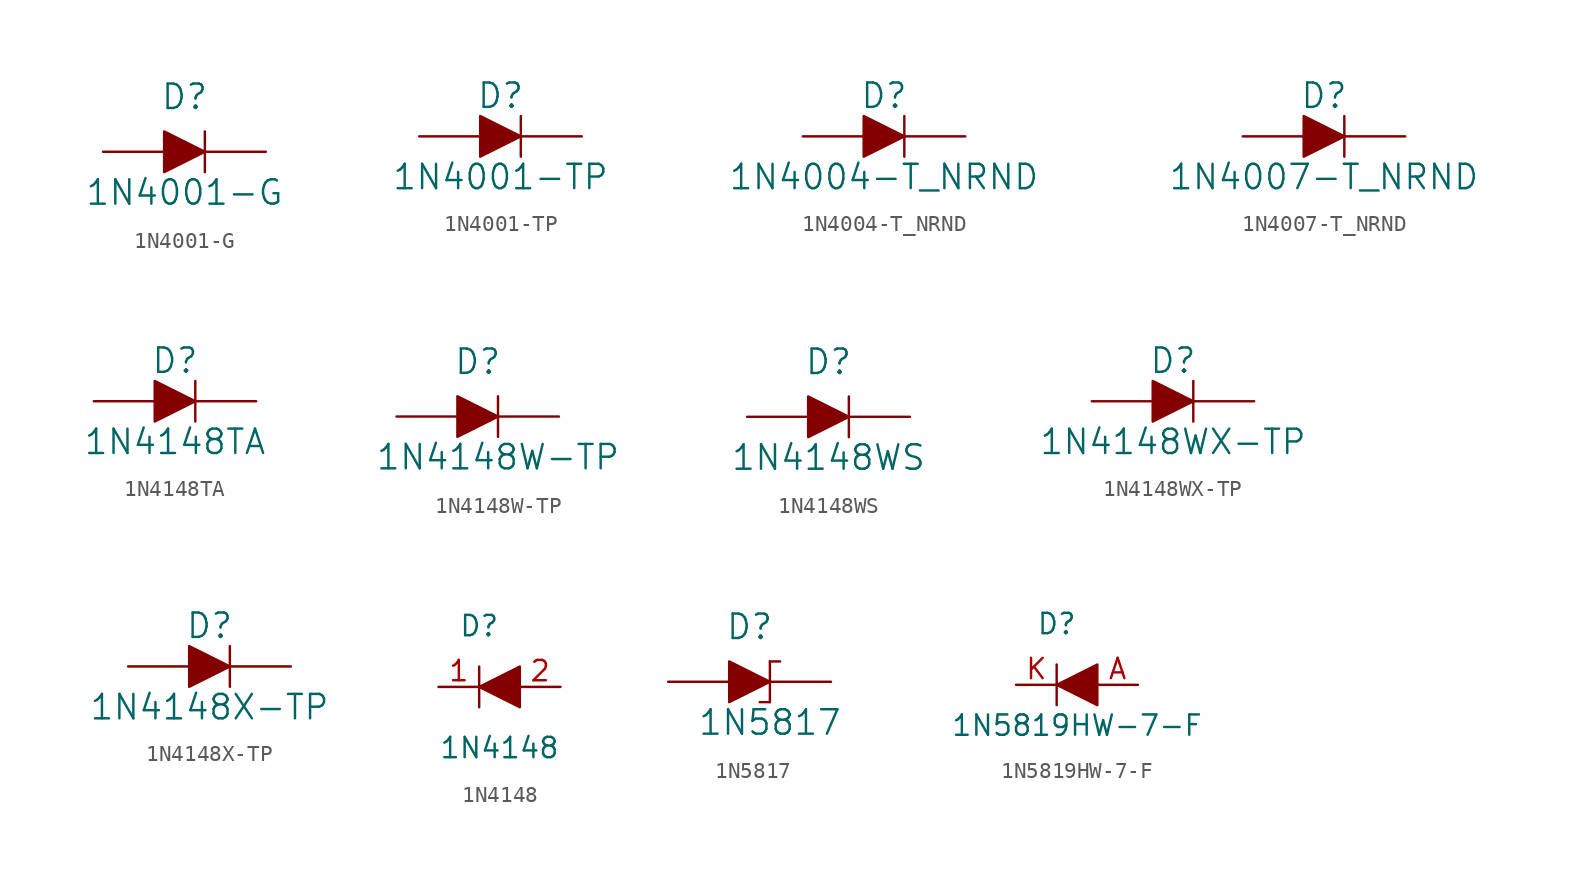
<source format=kicad_sym>
(kicad_symbol_lib
  (version 20220914)
  (generator kicad_symbol_editor)
  (symbol "1N4001-G"
    (pin_numbers hide)
    (pin_names
      (offset 0) hide)
    (property "Reference" "D"
      (at 0 2.54 0)
      (effects (font (size 1.524 1.524)) (justify bottom)))
    (property "Value" "1N4001-G"
      (at 0 -2.54 0)
      (effects (font (size 1.524 1.524))))
    (symbol "1N4001-G_0_1"
      (polyline (pts (xy 1.27 1.27) (xy 1.27 -1.27)) (stroke (width 0) (type default)) (fill (type none)))
      (polyline (pts (xy -1.27 1.27) (xy -1.27 -1.27) (xy 1.27 0) (xy -1.27 1.27)) (stroke (width 0) (type default)) (fill (type outline))))
    (symbol "1N4001-G_1_1"
      (pin passive line (at -5.08 0 0) (length 3.81) (name "~" (effects (font (size 1.27 1.27)))) (number "A" (effects (font (size 1.27 1.27)))))
      (pin passive line (at 5.08 0 180) (length 3.81) (name "~" (effects (font (size 1.27 1.27)))) (number "K" (effects (font (size 1.27 1.27)))))))
  (symbol "1N4001-TP"
    (pin_numbers hide)
    (pin_names
      (offset 0) hide)
    (property "Reference" "D"
      (at 0 2.54 0)
      (effects (font (size 1.524 1.524))))
    (property "Value" "1N4001-TP"
      (at 0 -2.54 0)
      (effects (font (size 1.524 1.524))))
    (symbol "1N4001-TP_0_1"
      (polyline (pts (xy 1.27 1.27) (xy 1.27 -1.27)) (stroke (width 0) (type default)) (fill (type none)))
      (polyline (pts (xy -1.27 1.27) (xy -1.27 -1.27) (xy 1.27 0) (xy -1.27 1.27)) (stroke (width 0) (type default)) (fill (type outline))))
    (symbol "1N4001-TP_1_1"
      (pin passive line (at -5.08 0 0) (length 3.81) (name "~" (effects (font (size 1.27 1.27)))) (number "A" (effects (font (size 1.27 1.27)))))
      (pin passive line (at 5.08 0 180) (length 3.81) (name "~" (effects (font (size 1.27 1.27)))) (number "K" (effects (font (size 1.27 1.27)))))))
  (symbol "1N4004-T_NRND"
    (pin_numbers hide)
    (pin_names
      (offset 0) hide)
    (property "Reference" "D"
      (at 0 2.54 0)
      (effects (font (size 1.524 1.524))))
    (property "Value" "1N4004-T_NRND"
      (at 0 -2.54 0)
      (effects (font (size 1.524 1.524))))
    (symbol "1N4004-T_NRND_0_1"
      (polyline (pts (xy 1.27 1.27) (xy 1.27 -1.27)) (stroke (width 0) (type default)) (fill (type none)))
      (polyline (pts (xy -1.27 1.27) (xy -1.27 -1.27) (xy 1.27 0) (xy -1.27 1.27)) (stroke (width 0) (type default)) (fill (type outline))))
    (symbol "1N4004-T_NRND_1_1"
      (pin passive line (at -5.08 0 0) (length 3.81) (name "~" (effects (font (size 1.27 1.27)))) (number "A" (effects (font (size 1.27 1.27)))))
      (pin passive line (at 5.08 0 180) (length 3.81) (name "~" (effects (font (size 1.27 1.27)))) (number "K" (effects (font (size 1.27 1.27)))))))
  (symbol "1N4007-T_NRND"
    (pin_numbers hide)
    (pin_names
      (offset 0) hide)
    (property "Reference" "D"
      (at 0 2.54 0)
      (effects (font (size 1.524 1.524))))
    (property "Value" "1N4007-T_NRND"
      (at 0 -2.54 0)
      (effects (font (size 1.524 1.524))))
    (symbol "1N4007-T_NRND_0_1"
      (polyline (pts (xy 1.27 1.27) (xy 1.27 -1.27)) (stroke (width 0) (type default)) (fill (type none)))
      (polyline (pts (xy -1.27 1.27) (xy -1.27 -1.27) (xy 1.27 0) (xy -1.27 1.27)) (stroke (width 0) (type default)) (fill (type outline))))
    (symbol "1N4007-T_NRND_1_1"
      (pin passive line (at -5.08 0 0) (length 3.81) (name "~" (effects (font (size 1.27 1.27)))) (number "A" (effects (font (size 1.27 1.27)))))
      (pin passive line (at 5.08 0 180) (length 3.81) (name "~" (effects (font (size 1.27 1.27)))) (number "K" (effects (font (size 1.27 1.27)))))))
  (symbol "1N4148TA"
    (pin_numbers hide)
    (pin_names
      (offset 0) hide)
    (property "Reference" "D"
      (at 0 2.54 0)
      (effects (font (size 1.524 1.524))))
    (property "Value" "1N4148TA"
      (at 0 -2.54 0)
      (effects (font (size 1.524 1.524))))
    (symbol "1N4148TA_0_1"
      (polyline (pts (xy 1.27 1.27) (xy 1.27 -1.27)) (stroke (width 0) (type default)) (fill (type none)))
      (polyline (pts (xy -1.27 1.27) (xy -1.27 -1.27) (xy 1.27 0) (xy -1.27 1.27)) (stroke (width 0) (type default)) (fill (type outline))))
    (symbol "1N4148TA_1_1"
      (pin passive line (at -5.08 0 0) (length 3.81) (name "~" (effects (font (size 1.27 1.27)))) (number "A" (effects (font (size 1.27 1.27)))))
      (pin passive line (at 5.08 0 180) (length 3.81) (name "~" (effects (font (size 1.27 1.27)))) (number "K" (effects (font (size 1.27 1.27)))))))
  (symbol "1N4148W-TP"
    (pin_numbers hide)
    (pin_names
      (offset 0) hide)
    (property "Reference" "D"
      (at 0 2.54 0)
      (effects (font (size 1.524 1.524)) (justify bottom)))
    (property "Value" "1N4148W-TP"
      (at 1.27 -2.54 0)
      (effects (font (size 1.524 1.524))))
    (symbol "1N4148W-TP_0_1"
      (polyline (pts (xy 1.27 1.27) (xy 1.27 -1.27)) (stroke (width 0) (type default)) (fill (type none)))
      (polyline (pts (xy -1.27 1.27) (xy -1.27 -1.27) (xy 1.27 0) (xy -1.27 1.27)) (stroke (width 0) (type default)) (fill (type outline))))
    (symbol "1N4148W-TP_1_1"
      (pin passive line (at -5.08 0 0) (length 3.81) (name "~" (effects (font (size 1.27 1.27)))) (number "A" (effects (font (size 1.27 1.27)))))
      (pin passive line (at 5.08 0 180) (length 3.81) (name "~" (effects (font (size 1.27 1.27)))) (number "K" (effects (font (size 1.27 1.27)))))))
  (symbol "1N4148WS"
    (pin_numbers hide)
    (pin_names
      (offset 0) hide)
    (property "Reference" "D"
      (at 0 2.54 0)
      (effects (font (size 1.524 1.524)) (justify bottom)))
    (property "Value" "1N4148WS"
      (at 0 -2.54 0)
      (effects (font (size 1.524 1.524))))
    (symbol "1N4148WS_0_1"
      (polyline (pts (xy 1.27 1.27) (xy 1.27 -1.27)) (stroke (width 0) (type default)) (fill (type none)))
      (polyline (pts (xy -1.27 1.27) (xy -1.27 -1.27) (xy 1.27 0) (xy -1.27 1.27)) (stroke (width 0) (type default)) (fill (type outline))))
    (symbol "1N4148WS_1_1"
      (pin passive line (at -5.08 0 0) (length 3.81) (name "~" (effects (font (size 1.27 1.27)))) (number "A" (effects (font (size 1.27 1.27)))))
      (pin passive line (at 5.08 0 180) (length 3.81) (name "~" (effects (font (size 1.27 1.27)))) (number "K" (effects (font (size 1.27 1.27)))))))
  (symbol "1N4148WX-TP"
    (pin_numbers hide)
    (pin_names
      (offset 0) hide)
    (property "Reference" "D"
      (at 0 2.54 0)
      (effects (font (size 1.524 1.524))))
    (property "Value" "1N4148WX-TP"
      (at 0 -2.54 0)
      (effects (font (size 1.524 1.524))))
    (symbol "1N4148WX-TP_0_1"
      (polyline (pts (xy 1.27 1.27) (xy 1.27 -1.27)) (stroke (width 0) (type default)) (fill (type none)))
      (polyline (pts (xy -1.27 1.27) (xy -1.27 -1.27) (xy 1.27 0) (xy -1.27 1.27)) (stroke (width 0) (type default)) (fill (type outline))))
    (symbol "1N4148WX-TP_1_1"
      (pin passive line (at -5.08 0 0) (length 3.81) (name "~" (effects (font (size 1.27 1.27)))) (number "A" (effects (font (size 1.27 1.27)))))
      (pin passive line (at 5.08 0 180) (length 3.81) (name "~" (effects (font (size 1.27 1.27)))) (number "K" (effects (font (size 1.27 1.27)))))))
  (symbol "1N4148X-TP"
    (pin_numbers hide)
    (pin_names
      (offset 0) hide)
    (property "Reference" "D"
      (at 0 2.54 0)
      (effects (font (size 1.524 1.524))))
    (property "Value" "1N4148X-TP"
      (at 0 -2.54 0)
      (effects (font (size 1.524 1.524))))
    (symbol "1N4148X-TP_0_1"
      (polyline (pts (xy 1.27 1.27) (xy 1.27 -1.27)) (stroke (width 0) (type default)) (fill (type none)))
      (polyline (pts (xy -1.27 1.27) (xy -1.27 -1.27) (xy 1.27 0) (xy -1.27 1.27)) (stroke (width 0) (type default)) (fill (type outline))))
    (symbol "1N4148X-TP_1_1"
      (pin passive line (at -5.08 0 0) (length 3.81) (name "~" (effects (font (size 1.27 1.27)))) (number "A" (effects (font (size 1.27 1.27)))))
      (pin passive line (at 5.08 0 180) (length 3.81) (name "~" (effects (font (size 1.27 1.27)))) (number "K" (effects (font (size 1.27 1.27)))))))
  (symbol "1N4148"
    (pin_names
      (offset 1.016))
    (property "Reference" "D"
      (at 0 3.81 0)
      (effects (font (size 1.27 1.27))))
    (property "Value" "1N4148"
      (at 1.27 -3.81 0)
      (effects (font (size 1.27 1.27))))
    (symbol "1N4148_0_1"
      (polyline (pts (xy 0 0) (xy 2.54 0)) (stroke (width 0) (type default)) (fill (type none)))
      (polyline (pts (xy 0 1.27) (xy 0 -1.27)) (stroke (width 0) (type default)) (fill (type none)))
      (polyline (pts (xy 2.54 1.27) (xy 2.54 -1.27) (xy 0 0) (xy 2.54 1.27)) (stroke (width 0) (type default)) (fill (type outline))))
    (symbol "1N4148_1_1"
      (pin passive line (at -2.54 0 0) (length 2.54) (name "~" (effects (font (size 1.27 1.27)))) (number "1" (effects (font (size 1.27 1.27)))))
      (pin passive line (at 5.08 0 180) (length 2.54) (name "~" (effects (font (size 1.27 1.27)))) (number "2" (effects (font (size 1.27 1.27)))))))
  (symbol "1N5817"
    (pin_numbers hide)
    (pin_names
      (offset 0) hide)
    (property "Reference" "D"
      (at 0 2.54 0)
      (effects (font (size 1.524 1.524)) (justify bottom)))
    (property "Value" "1N5817"
      (at 1.27 -2.54 0)
      (effects (font (size 1.524 1.524))))
    (symbol "1N5817_0_1"
      (polyline (pts (xy 1.27 -1.27) (xy 0.635 -1.27)) (stroke (width 0) (type default)) (fill (type none)))
      (polyline (pts (xy 1.27 1.27) (xy 1.27 -1.27)) (stroke (width 0) (type default)) (fill (type none)))
      (polyline (pts (xy 1.27 1.27) (xy 1.905 1.27)) (stroke (width 0) (type default)) (fill (type none)))
      (polyline (pts (xy -1.27 1.27) (xy -1.27 -1.27) (xy 1.27 0) (xy -1.27 1.27)) (stroke (width 0) (type default)) (fill (type outline))))
    (symbol "1N5817_1_1"
      (pin passive line (at -5.08 0 0) (length 3.81) (name "~" (effects (font (size 1.27 1.27)))) (number "A" (effects (font (size 1.27 1.27)))))
      (pin passive line (at 5.08 0 180) (length 3.81) (name "~" (effects (font (size 1.27 1.27)))) (number "K" (effects (font (size 1.27 1.27)))))))
  (symbol "1N5819HW-7-F"
    (pin_names
      (offset 1.016))
    (property "Reference" "D"
      (at 0 3.81 0)
      (effects (font (size 1.27 1.27))))
    (property "Value" "1N5819HW-7-F"
      (at 1.27 -2.54 0)
      (effects (font (size 1.27 1.27))))
    (symbol "1N5819HW-7-F_0_1"
      (polyline (pts (xy 0 0) (xy 2.54 0)) (stroke (width 0) (type default)) (fill (type none)))
      (polyline (pts (xy 0 1.27) (xy 0 -1.27)) (stroke (width 0) (type default)) (fill (type none)))
      (polyline (pts (xy 2.54 1.27) (xy 2.54 -1.27) (xy 0 0) (xy 2.54 1.27)) (stroke (width 0) (type default)) (fill (type outline))))
    (symbol "1N5819HW-7-F_1_1"
      (pin passive line (at 5.08 0 180) (length 2.54) (name "~" (effects (font (size 1.27 1.27)))) (number "A" (effects (font (size 1.27 1.27)))))
      (pin passive line (at -2.54 0 0) (length 2.54) (name "~" (effects (font (size 1.27 1.27)))) (number "K" (effects (font (size 1.27 1.27))))))))
</source>
